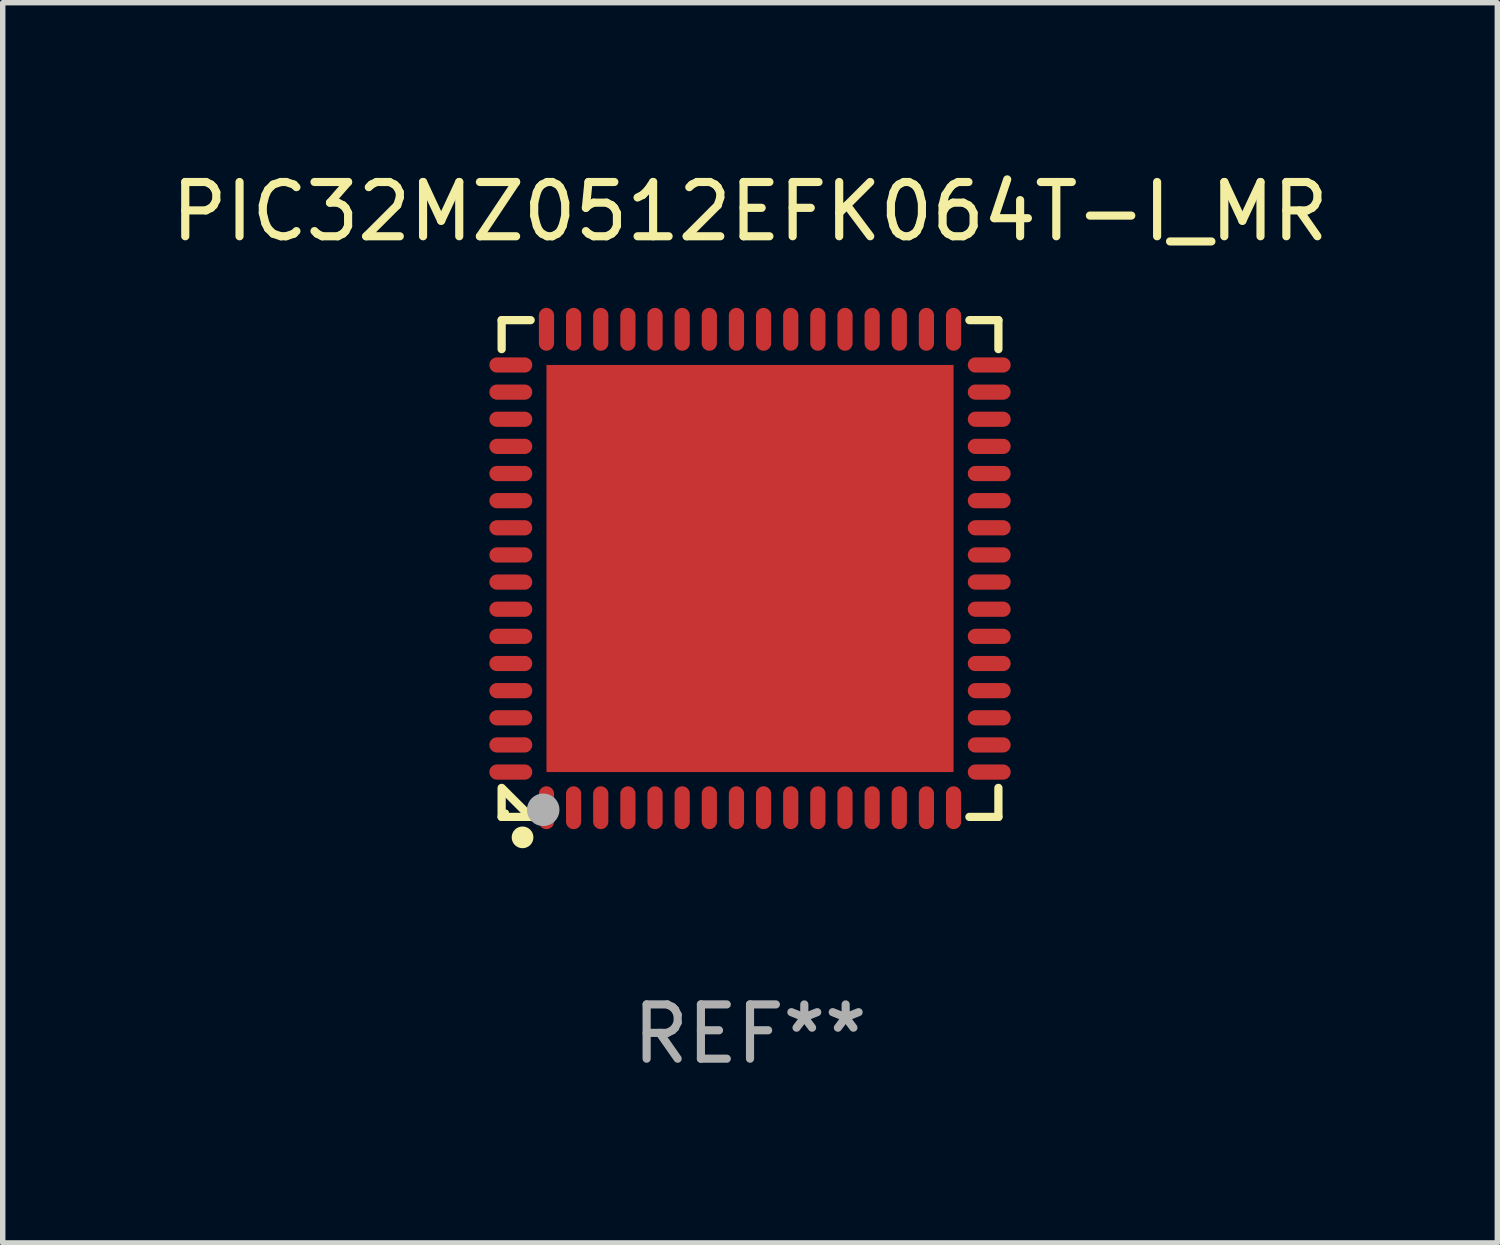
<source format=kicad_pcb>
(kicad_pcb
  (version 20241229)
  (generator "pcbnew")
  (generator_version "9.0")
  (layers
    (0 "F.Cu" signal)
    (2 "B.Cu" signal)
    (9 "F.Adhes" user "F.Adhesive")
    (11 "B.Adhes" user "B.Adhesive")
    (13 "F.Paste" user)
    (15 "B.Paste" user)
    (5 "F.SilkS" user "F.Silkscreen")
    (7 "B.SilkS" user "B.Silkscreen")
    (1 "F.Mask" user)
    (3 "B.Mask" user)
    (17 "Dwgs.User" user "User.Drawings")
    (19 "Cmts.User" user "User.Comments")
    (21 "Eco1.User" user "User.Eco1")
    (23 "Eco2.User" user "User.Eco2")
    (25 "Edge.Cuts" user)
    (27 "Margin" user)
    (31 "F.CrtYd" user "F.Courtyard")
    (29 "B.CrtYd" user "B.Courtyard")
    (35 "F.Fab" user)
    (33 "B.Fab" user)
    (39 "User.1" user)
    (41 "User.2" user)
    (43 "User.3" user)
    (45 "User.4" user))
  (footprint "PIC32MZ0512EFK064T-I_MR"
    (layer "F.Cu")
    (at 10.768 7.424)
    (property "Reference" "PIC32MZ0512EFK064T-I_MR" (at 0 -6.576 0) (layer "F.SilkS") (effects (font (size 1 1) (thickness 0.15))))
    (attr through_hole)
    (fp_line (start -4.576 -4.576) (end -4.576 -4.042) (stroke (width 0.152) (type solid)) (layer "F.SilkS"))
    (fp_line (start -4.576 4.576) (end -4.576 4.042) (stroke (width 0.152) (type solid)) (layer "F.SilkS"))
    (fp_line (start -4.069 4.549) (end -4.549 4.069) (stroke (width 0.152) (type solid)) (layer "F.SilkS"))
    (fp_line (start -4.042 -4.576) (end -4.576 -4.576) (stroke (width 0.152) (type solid)) (layer "F.SilkS"))
    (fp_line (start -4.042 4.576) (end -4.576 4.576) (stroke (width 0.152) (type solid)) (layer "F.SilkS"))
    (fp_line (start 4.042 -4.576) (end 4.576 -4.576) (stroke (width 0.152) (type solid)) (layer "F.SilkS"))
    (fp_line (start 4.042 4.576) (end 4.576 4.576) (stroke (width 0.152) (type solid)) (layer "F.SilkS"))
    (fp_line (start 4.576 -4.576) (end 4.576 -4.042) (stroke (width 0.152) (type solid)) (layer "F.SilkS"))
    (fp_line (start 4.576 4.576) (end 4.576 4.042) (stroke (width 0.152) (type solid)) (layer "F.SilkS"))
    (fp_circle (center -4.5 4.5) (end -4.47 4.5) (stroke (width 0.06) (type solid)) (fill no) (layer "F.SilkS"))
    (fp_circle (center -4.191 4.953) (end -4.091 4.953) (stroke (width 0.2) (type solid)) (fill no) (layer "F.SilkS"))
    (fp_circle (center -3.81 4.445) (end -3.66 4.445) (stroke (width 0.3) (type solid)) (fill no) (layer "F.Fab"))
    (fp_text user "REF**" (at 0 8.576 0) (layer "F.Fab") (effects (font (size 1 1) (thickness 0.15))))
    (pad "1" smd oval (at -3.75 4.407) (size 0.28 0.79) (layers "F.Cu" "F.Mask" "F.Paste"))
    (pad "2" smd oval (at -3.25 4.407) (size 0.28 0.79) (layers "F.Cu" "F.Mask" "F.Paste"))
    (pad "3" smd oval (at -2.75 4.407) (size 0.28 0.79) (layers "F.Cu" "F.Mask" "F.Paste"))
    (pad "4" smd oval (at -2.25 4.407) (size 0.28 0.79) (layers "F.Cu" "F.Mask" "F.Paste"))
    (pad "5" smd oval (at -1.75 4.407) (size 0.28 0.79) (layers "F.Cu" "F.Mask" "F.Paste"))
    (pad "6" smd oval (at -1.25 4.407) (size 0.28 0.79) (layers "F.Cu" "F.Mask" "F.Paste"))
    (pad "7" smd oval (at -0.75 4.407) (size 0.28 0.79) (layers "F.Cu" "F.Mask" "F.Paste"))
    (pad "8" smd oval (at -0.25 4.407) (size 0.28 0.79) (layers "F.Cu" "F.Mask" "F.Paste"))
    (pad "9" smd oval (at 0.25 4.407) (size 0.28 0.79) (layers "F.Cu" "F.Mask" "F.Paste"))
    (pad "10" smd oval (at 0.75 4.407) (size 0.28 0.79) (layers "F.Cu" "F.Mask" "F.Paste"))
    (pad "11" smd oval (at 1.25 4.407) (size 0.28 0.79) (layers "F.Cu" "F.Mask" "F.Paste"))
    (pad "12" smd oval (at 1.75 4.407) (size 0.28 0.79) (layers "F.Cu" "F.Mask" "F.Paste"))
    (pad "13" smd oval (at 2.25 4.407) (size 0.28 0.79) (layers "F.Cu" "F.Mask" "F.Paste"))
    (pad "14" smd oval (at 2.75 4.407) (size 0.28 0.79) (layers "F.Cu" "F.Mask" "F.Paste"))
    (pad "15" smd oval (at 3.25 4.407) (size 0.28 0.79) (layers "F.Cu" "F.Mask" "F.Paste"))
    (pad "16" smd oval (at 3.75 4.407) (size 0.28 0.79) (layers "F.Cu" "F.Mask" "F.Paste"))
    (pad "17" smd oval (at 4.407 3.75) (size 0.79 0.28) (layers "F.Cu" "F.Mask" "F.Paste"))
    (pad "18" smd oval (at 4.407 3.25) (size 0.79 0.28) (layers "F.Cu" "F.Mask" "F.Paste"))
    (pad "19" smd oval (at 4.407 2.75) (size 0.79 0.28) (layers "F.Cu" "F.Mask" "F.Paste"))
    (pad "20" smd oval (at 4.407 2.25) (size 0.79 0.28) (layers "F.Cu" "F.Mask" "F.Paste"))
    (pad "21" smd oval (at 4.407 1.75) (size 0.79 0.28) (layers "F.Cu" "F.Mask" "F.Paste"))
    (pad "22" smd oval (at 4.407 1.25) (size 0.79 0.28) (layers "F.Cu" "F.Mask" "F.Paste"))
    (pad "23" smd oval (at 4.407 0.75) (size 0.79 0.28) (layers "F.Cu" "F.Mask" "F.Paste"))
    (pad "24" smd oval (at 4.407 0.25) (size 0.79 0.28) (layers "F.Cu" "F.Mask" "F.Paste"))
    (pad "25" smd oval (at 4.407 -0.25) (size 0.79 0.28) (layers "F.Cu" "F.Mask" "F.Paste"))
    (pad "26" smd oval (at 4.407 -0.75) (size 0.79 0.28) (layers "F.Cu" "F.Mask" "F.Paste"))
    (pad "27" smd oval (at 4.407 -1.25) (size 0.79 0.28) (layers "F.Cu" "F.Mask" "F.Paste"))
    (pad "28" smd oval (at 4.407 -1.75) (size 0.79 0.28) (layers "F.Cu" "F.Mask" "F.Paste"))
    (pad "29" smd oval (at 4.407 -2.25) (size 0.79 0.28) (layers "F.Cu" "F.Mask" "F.Paste"))
    (pad "30" smd oval (at 4.407 -2.75) (size 0.79 0.28) (layers "F.Cu" "F.Mask" "F.Paste"))
    (pad "31" smd oval (at 4.407 -3.25) (size 0.79 0.28) (layers "F.Cu" "F.Mask" "F.Paste"))
    (pad "32" smd oval (at 4.407 -3.75) (size 0.79 0.28) (layers "F.Cu" "F.Mask" "F.Paste"))
    (pad "33" smd oval (at 3.75 -4.407) (size 0.28 0.79) (layers "F.Cu" "F.Mask" "F.Paste"))
    (pad "34" smd oval (at 3.25 -4.407) (size 0.28 0.79) (layers "F.Cu" "F.Mask" "F.Paste"))
    (pad "35" smd oval (at 2.75 -4.407) (size 0.28 0.79) (layers "F.Cu" "F.Mask" "F.Paste"))
    (pad "36" smd oval (at 2.25 -4.407) (size 0.28 0.79) (layers "F.Cu" "F.Mask" "F.Paste"))
    (pad "37" smd oval (at 1.75 -4.407) (size 0.28 0.79) (layers "F.Cu" "F.Mask" "F.Paste"))
    (pad "38" smd oval (at 1.25 -4.407) (size 0.28 0.79) (layers "F.Cu" "F.Mask" "F.Paste"))
    (pad "39" smd oval (at 0.75 -4.407) (size 0.28 0.79) (layers "F.Cu" "F.Mask" "F.Paste"))
    (pad "40" smd oval (at 0.25 -4.407) (size 0.28 0.79) (layers "F.Cu" "F.Mask" "F.Paste"))
    (pad "41" smd oval (at -0.25 -4.407) (size 0.28 0.79) (layers "F.Cu" "F.Mask" "F.Paste"))
    (pad "42" smd oval (at -0.75 -4.407) (size 0.28 0.79) (layers "F.Cu" "F.Mask" "F.Paste"))
    (pad "43" smd oval (at -1.25 -4.407) (size 0.28 0.79) (layers "F.Cu" "F.Mask" "F.Paste"))
    (pad "44" smd oval (at -1.75 -4.407) (size 0.28 0.79) (layers "F.Cu" "F.Mask" "F.Paste"))
    (pad "45" smd oval (at -2.25 -4.407) (size 0.28 0.79) (layers "F.Cu" "F.Mask" "F.Paste"))
    (pad "46" smd oval (at -2.75 -4.407) (size 0.28 0.79) (layers "F.Cu" "F.Mask" "F.Paste"))
    (pad "47" smd oval (at -3.25 -4.407) (size 0.28 0.79) (layers "F.Cu" "F.Mask" "F.Paste"))
    (pad "48" smd oval (at -3.75 -4.407) (size 0.28 0.79) (layers "F.Cu" "F.Mask" "F.Paste"))
    (pad "49" smd oval (at -4.407 -3.75) (size 0.79 0.28) (layers "F.Cu" "F.Mask" "F.Paste"))
    (pad "50" smd oval (at -4.407 -3.25) (size 0.79 0.28) (layers "F.Cu" "F.Mask" "F.Paste"))
    (pad "51" smd oval (at -4.407 -2.75) (size 0.79 0.28) (layers "F.Cu" "F.Mask" "F.Paste"))
    (pad "52" smd oval (at -4.407 -2.25) (size 0.79 0.28) (layers "F.Cu" "F.Mask" "F.Paste"))
    (pad "53" smd oval (at -4.407 -1.75) (size 0.79 0.28) (layers "F.Cu" "F.Mask" "F.Paste"))
    (pad "54" smd oval (at -4.407 -1.25) (size 0.79 0.28) (layers "F.Cu" "F.Mask" "F.Paste"))
    (pad "55" smd oval (at -4.407 -0.75) (size 0.79 0.28) (layers "F.Cu" "F.Mask" "F.Paste"))
    (pad "56" smd oval (at -4.407 -0.25) (size 0.79 0.28) (layers "F.Cu" "F.Mask" "F.Paste"))
    (pad "57" smd oval (at -4.407 0.25) (size 0.79 0.28) (layers "F.Cu" "F.Mask" "F.Paste"))
    (pad "58" smd oval (at -4.407 0.75) (size 0.79 0.28) (layers "F.Cu" "F.Mask" "F.Paste"))
    (pad "59" smd oval (at -4.407 1.25) (size 0.79 0.28) (layers "F.Cu" "F.Mask" "F.Paste"))
    (pad "60" smd oval (at -4.407 1.75) (size 0.79 0.28) (layers "F.Cu" "F.Mask" "F.Paste"))
    (pad "61" smd oval (at -4.407 2.25) (size 0.79 0.28) (layers "F.Cu" "F.Mask" "F.Paste"))
    (pad "62" smd oval (at -4.407 2.75) (size 0.79 0.28) (layers "F.Cu" "F.Mask" "F.Paste"))
    (pad "63" smd oval (at -4.407 3.25) (size 0.79 0.28) (layers "F.Cu" "F.Mask" "F.Paste"))
    (pad "64" smd oval (at -4.407 3.75) (size 0.79 0.28) (layers "F.Cu" "F.Mask" "F.Paste"))
    (pad "65" smd rect (at 0 0) (size 7.5 7.5) (layers "F.Cu" "F.Mask" "F.Paste")))
  (gr_rect
    (start -3 -3)
    (end 24.536 19.849)
    (stroke (width 0.1) (type default))
    (fill no)
    (layer "Edge.Cuts")))
</source>
